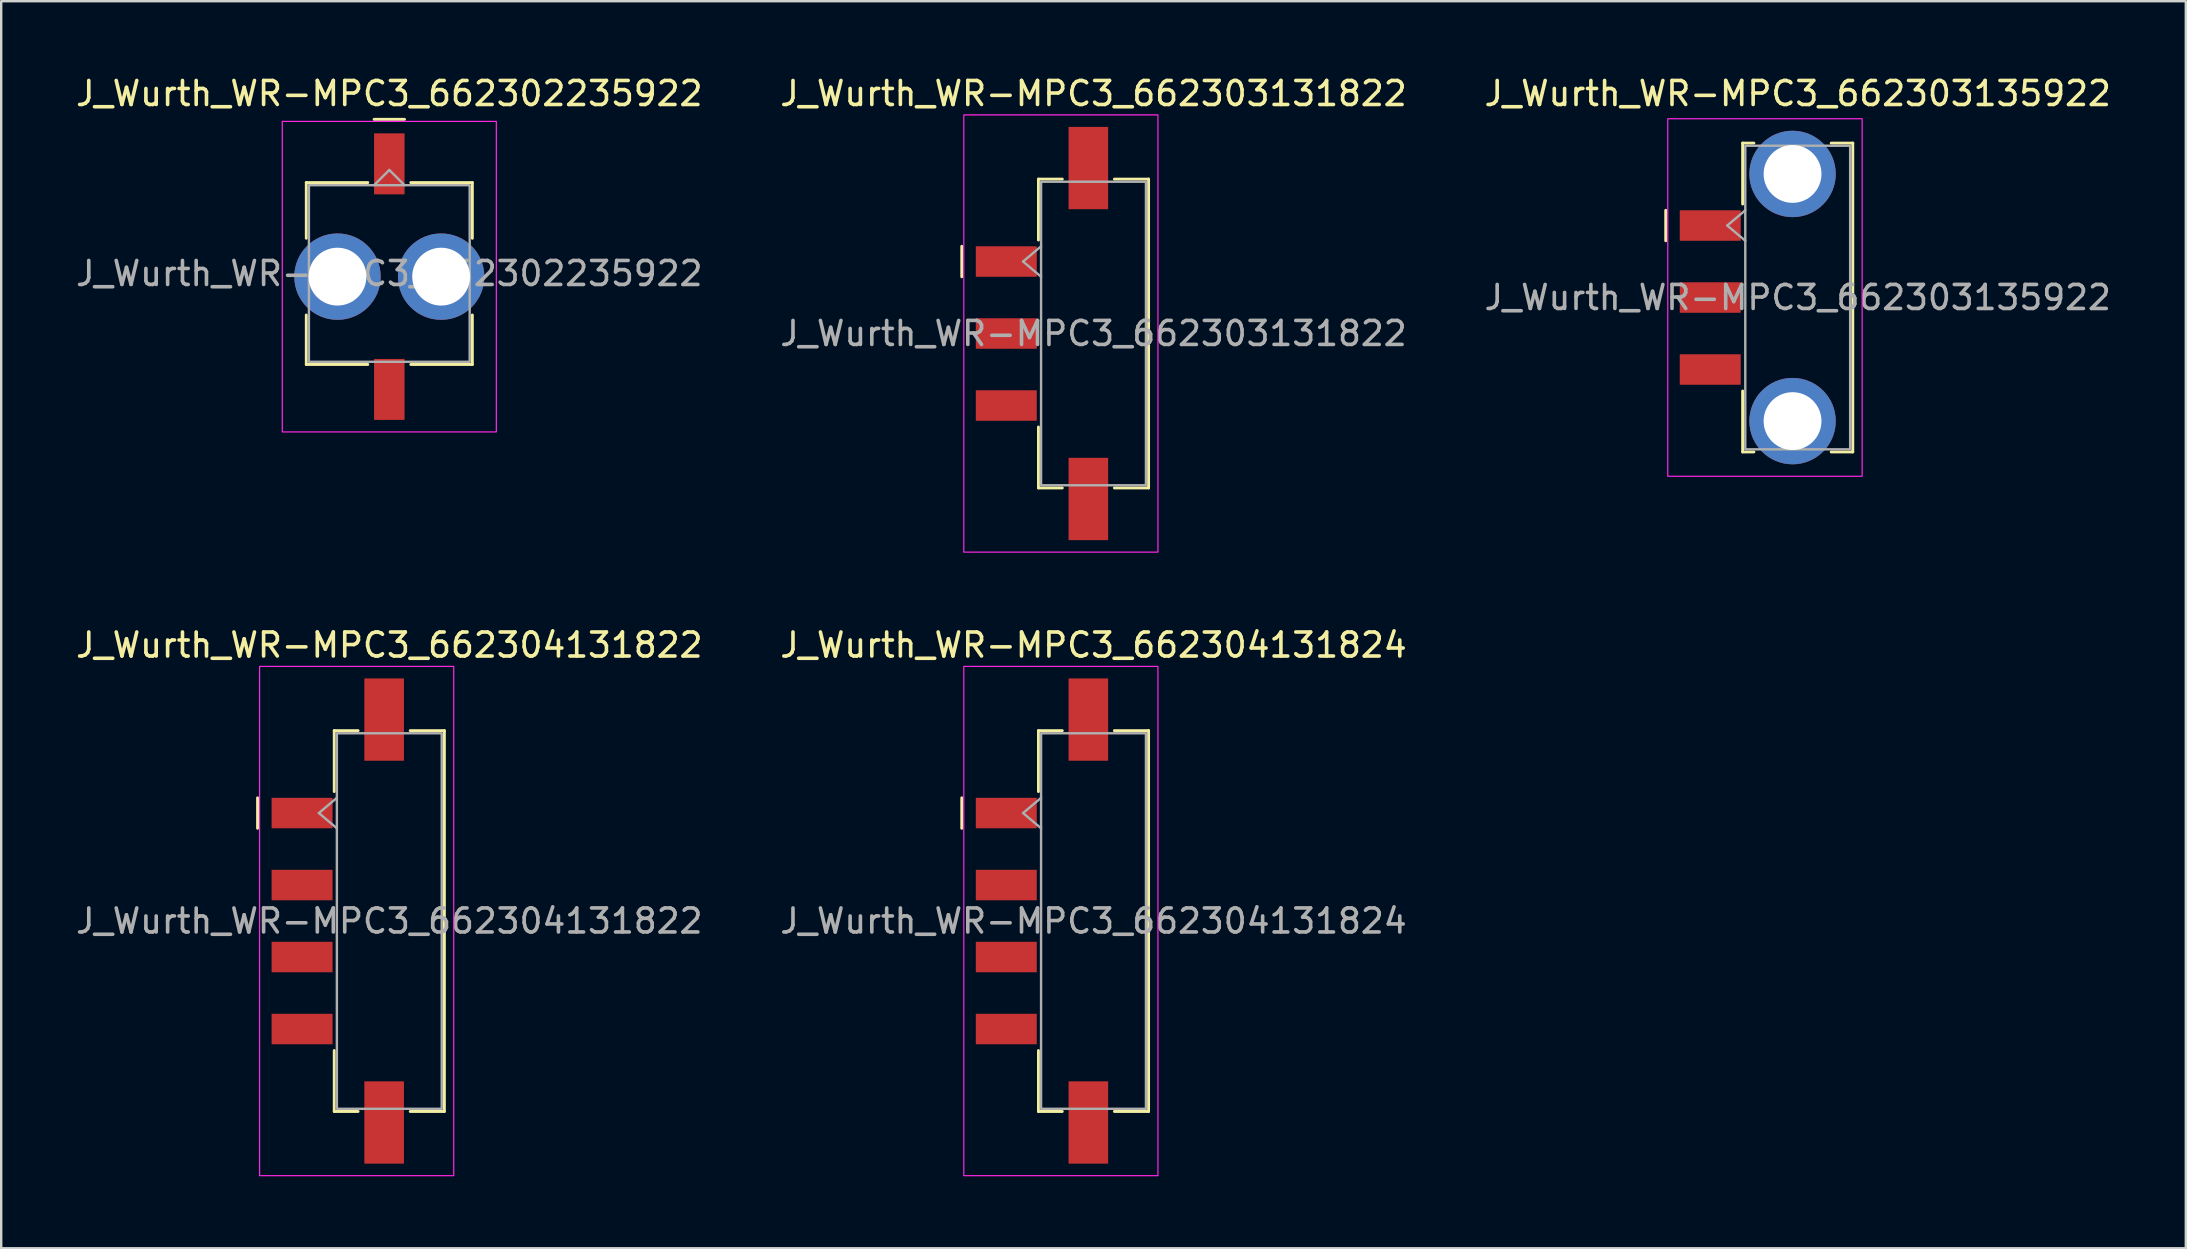
<source format=kicad_pcb>
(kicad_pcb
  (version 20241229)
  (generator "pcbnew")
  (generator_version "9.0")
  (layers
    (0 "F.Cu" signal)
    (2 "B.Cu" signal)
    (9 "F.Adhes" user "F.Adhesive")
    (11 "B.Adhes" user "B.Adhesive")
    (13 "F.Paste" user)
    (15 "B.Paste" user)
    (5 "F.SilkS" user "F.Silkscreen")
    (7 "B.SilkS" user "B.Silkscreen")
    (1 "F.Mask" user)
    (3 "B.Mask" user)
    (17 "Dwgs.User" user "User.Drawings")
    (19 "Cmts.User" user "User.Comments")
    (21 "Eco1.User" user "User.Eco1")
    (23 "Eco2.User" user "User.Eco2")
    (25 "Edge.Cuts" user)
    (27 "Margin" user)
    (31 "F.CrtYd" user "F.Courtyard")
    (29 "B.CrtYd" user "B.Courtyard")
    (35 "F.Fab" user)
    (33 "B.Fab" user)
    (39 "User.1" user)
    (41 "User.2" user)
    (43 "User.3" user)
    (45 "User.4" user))
  (footprint "J_Wurth_WR-MPC3_662303131822"
    (layer "F.Cu")
    (at 42.518 10.848)
    (property "Reference" "J_Wurth_WR-MPC3_662303131822" (at 0 -10 0) (unlocked yes) (layer "F.SilkS") (effects (font (size 1 1) (thickness 0.15))))
    (attr smd)
    (fp_line (start -5.49 -2.365) (end -5.49 -3.635) (stroke (width 0.12) (type solid)) (layer "F.SilkS"))
    (fp_line (start -2.295 -6.435) (end -2.295 -3.895) (stroke (width 0.12) (type solid)) (layer "F.SilkS"))
    (fp_line (start -2.295 -6.435) (end -1.3 -6.435) (stroke (width 0.12) (type solid)) (layer "F.SilkS"))
    (fp_line (start -2.295 6.435) (end -2.295 3.895) (stroke (width 0.12) (type default)) (layer "F.SilkS"))
    (fp_line (start -2.295 6.435) (end -1.3 6.435) (stroke (width 0.12) (type solid)) (layer "F.SilkS"))
    (fp_line (start 2.295 -6.435) (end 0.87 -6.435) (stroke (width 0.12) (type default)) (layer "F.SilkS"))
    (fp_line (start 2.295 -6.435) (end 2.295 6.435) (stroke (width 0.12) (type default)) (layer "F.SilkS"))
    (fp_line (start 2.295 6.435) (end 0.87 6.435) (stroke (width 0.12) (type default)) (layer "F.SilkS"))
    (fp_rect (start -5.405 -9.11) (end 2.685 9.11) (stroke (width 0.05) (type solid)) (fill no) (layer "F.CrtYd"))
    (fp_line (start -2.935 -3) (end -2.185 -3.635) (stroke (width 0.1) (type solid)) (layer "F.Fab"))
    (fp_line (start -2.935 -3) (end -2.185 -2.365) (stroke (width 0.1) (type solid)) (layer "F.Fab"))
    (fp_rect (start -2.185 -6.325) (end 2.185 6.325) (stroke (width 0.1) (type solid)) (fill no) (layer "F.Fab"))
    (fp_text user "${REFERENCE}" (at 0 0 0) (unlocked yes) (layer "F.Fab") (effects (font (size 1 1) (thickness 0.15))))
    (pad "1" smd rect (at -3.635 -3 90) (size 1.27 2.54) (layers "F.Cu" "F.Mask" "F.Paste"))
    (pad "2" smd rect (at -3.635 0 90) (size 1.27 2.54) (layers "F.Cu" "F.Mask" "F.Paste"))
    (pad "3" smd rect (at -3.635 3 90) (size 1.27 2.54) (layers "F.Cu" "F.Mask" "F.Paste"))
    (pad "MP1" smd rect (at -0.215 6.895 90) (size 3.43 1.65) (layers "F.Cu" "F.Mask" "F.Paste"))
    (pad "MP2" smd rect (at -0.215 -6.895 90) (size 3.43 1.65) (layers "F.Cu" "F.Mask" "F.Paste")))
  (footprint "J_Wurth_WR-MPC3_662304131822"
    (layer "F.Cu")
    (at 13.173 35.331)
    (property "Reference" "J_Wurth_WR-MPC3_662304131822" (at 0 -11.5 0) (unlocked yes) (layer "F.SilkS") (effects (font (size 1 1) (thickness 0.15))))
    (attr smd)
    (fp_line (start -5.49 -3.865) (end -5.49 -5.135) (stroke (width 0.12) (type solid)) (layer "F.SilkS"))
    (fp_line (start -2.295 -7.935) (end -2.295 -5.395) (stroke (width 0.12) (type solid)) (layer "F.SilkS"))
    (fp_line (start -2.295 -7.935) (end -1.3 -7.935) (stroke (width 0.12) (type solid)) (layer "F.SilkS"))
    (fp_line (start -2.295 7.935) (end -2.295 5.395) (stroke (width 0.12) (type default)) (layer "F.SilkS"))
    (fp_line (start -2.295 7.935) (end -1.3 7.935) (stroke (width 0.12) (type solid)) (layer "F.SilkS"))
    (fp_line (start 2.295 -7.935) (end 0.87 -7.935) (stroke (width 0.12) (type default)) (layer "F.SilkS"))
    (fp_line (start 2.295 -7.935) (end 2.295 7.935) (stroke (width 0.12) (type default)) (layer "F.SilkS"))
    (fp_line (start 2.295 7.935) (end 0.87 7.935) (stroke (width 0.12) (type default)) (layer "F.SilkS"))
    (fp_rect (start -5.405 -10.61) (end 2.685 10.61) (stroke (width 0.05) (type solid)) (fill no) (layer "F.CrtYd"))
    (fp_line (start -2.935 -4.5) (end -2.185 -5.135) (stroke (width 0.1) (type solid)) (layer "F.Fab"))
    (fp_line (start -2.935 -4.5) (end -2.185 -3.865) (stroke (width 0.1) (type solid)) (layer "F.Fab"))
    (fp_rect (start -2.185 -7.825) (end 2.185 7.825) (stroke (width 0.1) (type solid)) (fill no) (layer "F.Fab"))
    (fp_text user "${REFERENCE}" (at 0 0 0) (unlocked yes) (layer "F.Fab") (effects (font (size 1 1) (thickness 0.15))))
    (pad "1" smd rect (at -3.635 -4.5 90) (size 1.27 2.54) (layers "F.Cu" "F.Mask" "F.Paste"))
    (pad "2" smd rect (at -3.635 -1.5 90) (size 1.27 2.54) (layers "F.Cu" "F.Mask" "F.Paste"))
    (pad "3" smd rect (at -3.635 1.5 90) (size 1.27 2.54) (layers "F.Cu" "F.Mask" "F.Paste"))
    (pad "4" smd rect (at -3.635 4.5 90) (size 1.27 2.54) (layers "F.Cu" "F.Mask" "F.Paste"))
    (pad "MP1" smd rect (at -0.215 8.395 90) (size 3.43 1.65) (layers "F.Cu" "F.Mask" "F.Paste"))
    (pad "MP2" smd rect (at -0.215 -8.395 90) (size 3.43 1.65) (layers "F.Cu" "F.Mask" "F.Paste")))
  (footprint "J_Wurth_WR-MPC3_662302235922"
    (layer "F.Cu")
    (at 13.173 8.348)
    (property "Reference" "J_Wurth_WR-MPC3_662302235922" (at 0 -7.5 0) (unlocked yes) (layer "F.SilkS") (effects (font (size 1 1) (thickness 0.15))))
    (attr smd)
    (fp_line (start -3.46 -3.79) (end -3.46 -1.468) (stroke (width 0.12) (type default)) (layer "F.SilkS"))
    (fp_line (start -3.46 1.728) (end -3.46 3.79) (stroke (width 0.12) (type default)) (layer "F.SilkS"))
    (fp_line (start -0.895 -3.79) (end -3.46 -3.79) (stroke (width 0.12) (type solid)) (layer "F.SilkS"))
    (fp_line (start -0.895 3.79) (end -3.46 3.79) (stroke (width 0.12) (type solid)) (layer "F.SilkS"))
    (fp_line (start -0.635 -6.425) (end 0.635 -6.425) (stroke (width 0.12) (type solid)) (layer "F.SilkS"))
    (fp_line (start 3.46 -3.79) (end 0.895 -3.79) (stroke (width 0.12) (type solid)) (layer "F.SilkS"))
    (fp_line (start 3.46 -3.79) (end 3.46 -1.468) (stroke (width 0.12) (type default)) (layer "F.SilkS"))
    (fp_line (start 3.46 1.728) (end 3.46 3.79) (stroke (width 0.12) (type default)) (layer "F.SilkS"))
    (fp_line (start 3.46 3.79) (end 0.895 3.79) (stroke (width 0.12) (type solid)) (layer "F.SilkS"))
    (fp_rect (start -4.46 -6.34) (end 4.46 6.6) (stroke (width 0.05) (type solid)) (fill no) (layer "F.CrtYd"))
    (fp_line (start 0 -4.315) (end -0.635 -3.68) (stroke (width 0.1) (type default)) (layer "F.Fab"))
    (fp_line (start 0.635 -3.68) (end 0 -4.315) (stroke (width 0.1) (type default)) (layer "F.Fab"))
    (fp_rect (start -3.35 -3.68) (end 3.35 3.68) (stroke (width 0.1) (type solid)) (fill no) (layer "F.Fab"))
    (fp_text user "${REFERENCE}" (at 0 0 0) (unlocked yes) (layer "F.Fab") (effects (font (size 1 1) (thickness 0.15))))
    (pad "1" smd rect (at 0 -4.57 180) (size 1.27 2.54) (layers "F.Cu" "F.Mask" "F.Paste"))
    (pad "2" smd rect (at 0 4.83 180) (size 1.27 2.54) (layers "F.Cu" "F.Mask" "F.Paste"))
    (pad "MH1" thru_hole circle (at 2.16 0.13 180) (size 3.6 3.6) (drill 2.41) (layers "*.Cu" "*.Mask"))
    (pad "MH2" thru_hole circle (at -2.16 0.13 180) (size 3.6 3.6) (drill 2.41) (layers "*.Cu" "*.Mask")))
  (footprint "J_Wurth_WR-MPC3_662303135922"
    (layer "F.Cu")
    (at 71.863 9.348)
    (property "Reference" "J_Wurth_WR-MPC3_662303135922" (at 0 -8.5 0) (unlocked yes) (layer "F.SilkS") (effects (font (size 1 1) (thickness 0.15))))
    (attr smd)
    (fp_line (start -5.5 -2.365) (end -5.5 -3.635) (stroke (width 0.12) (type solid)) (layer "F.SilkS"))
    (fp_line (start -2.295 -6.435) (end -1.825 -6.435) (stroke (width 0.12) (type default)) (layer "F.SilkS"))
    (fp_line (start -2.295 -3.895) (end -2.295 -6.435) (stroke (width 0.12) (type default)) (layer "F.SilkS"))
    (fp_line (start -2.295 6.435) (end -2.295 3.895) (stroke (width 0.12) (type default)) (layer "F.SilkS"))
    (fp_line (start -2.295 6.435) (end -1.825 6.435) (stroke (width 0.12) (type default)) (layer "F.SilkS"))
    (fp_line (start 2.295 -6.435) (end 1.395 -6.435) (stroke (width 0.12) (type default)) (layer "F.SilkS"))
    (fp_line (start 2.295 -6.435) (end 2.295 6.435) (stroke (width 0.12) (type default)) (layer "F.SilkS"))
    (fp_line (start 2.295 6.435) (end 1.395 6.435) (stroke (width 0.12) (type default)) (layer "F.SilkS"))
    (fp_rect (start -5.415 -7.45) (end 2.685 7.45) (stroke (width 0.05) (type solid)) (fill no) (layer "F.CrtYd"))
    (fp_line (start -2.935 -3) (end -2.185 -3.635) (stroke (width 0.1) (type solid)) (layer "F.Fab"))
    (fp_line (start -2.935 -3) (end -2.185 -2.365) (stroke (width 0.1) (type solid)) (layer "F.Fab"))
    (fp_rect (start -2.185 -6.325) (end 2.185 6.325) (stroke (width 0.1) (type solid)) (fill no) (layer "F.Fab"))
    (fp_text user "${REFERENCE}" (at 0 0 0) (unlocked yes) (layer "F.Fab") (effects (font (size 1 1) (thickness 0.15))))
    (pad "1" smd rect (at -3.645 -3 90) (size 1.27 2.54) (layers "F.Cu" "F.Mask" "F.Paste"))
    (pad "2" smd rect (at -3.645 0 90) (size 1.27 2.54) (layers "F.Cu" "F.Mask" "F.Paste"))
    (pad "3" smd rect (at -3.645 3 90) (size 1.27 2.54) (layers "F.Cu" "F.Mask" "F.Paste"))
    (pad "MH1" thru_hole circle (at -0.215 5.15 90) (size 3.6 3.6) (drill 2.41) (layers "*.Cu" "*.Mask"))
    (pad "MH2" thru_hole circle (at -0.215 -5.15 90) (size 3.6 3.6) (drill 2.41) (layers "*.Cu" "*.Mask")))
  (footprint "J_Wurth_WR-MPC3_662304131824"
    (layer "F.Cu")
    (at 42.518 35.331)
    (property "Reference" "J_Wurth_WR-MPC3_662304131824" (at 0 -11.5 0) (unlocked yes) (layer "F.SilkS") (effects (font (size 1 1) (thickness 0.15))))
    (attr smd)
    (fp_line (start -5.49 -3.865) (end -5.49 -5.135) (stroke (width 0.12) (type solid)) (layer "F.SilkS"))
    (fp_line (start -2.295 -7.935) (end -2.295 -5.395) (stroke (width 0.12) (type solid)) (layer "F.SilkS"))
    (fp_line (start -2.295 -7.935) (end -1.3 -7.935) (stroke (width 0.12) (type solid)) (layer "F.SilkS"))
    (fp_line (start -2.295 7.935) (end -2.295 5.395) (stroke (width 0.12) (type default)) (layer "F.SilkS"))
    (fp_line (start -2.295 7.935) (end -1.3 7.935) (stroke (width 0.12) (type solid)) (layer "F.SilkS"))
    (fp_line (start 2.295 -7.935) (end 0.87 -7.935) (stroke (width 0.12) (type default)) (layer "F.SilkS"))
    (fp_line (start 2.295 -7.935) (end 2.295 7.935) (stroke (width 0.12) (type default)) (layer "F.SilkS"))
    (fp_line (start 2.295 7.935) (end 0.87 7.935) (stroke (width 0.12) (type default)) (layer "F.SilkS"))
    (fp_rect (start -5.405 -10.61) (end 2.685 10.61) (stroke (width 0.05) (type solid)) (fill no) (layer "F.CrtYd"))
    (fp_line (start -2.935 -4.5) (end -2.185 -5.135) (stroke (width 0.1) (type solid)) (layer "F.Fab"))
    (fp_line (start -2.935 -4.5) (end -2.185 -3.865) (stroke (width 0.1) (type solid)) (layer "F.Fab"))
    (fp_rect (start -2.185 -7.825) (end 2.185 7.825) (stroke (width 0.1) (type solid)) (fill no) (layer "F.Fab"))
    (fp_text user "${REFERENCE}" (at 0 0 0) (unlocked yes) (layer "F.Fab") (effects (font (size 1 1) (thickness 0.15))))
    (pad "1" smd rect (at -3.635 -4.5 90) (size 1.27 2.54) (layers "F.Cu" "F.Mask" "F.Paste"))
    (pad "2" smd rect (at -3.635 -1.5 90) (size 1.27 2.54) (layers "F.Cu" "F.Mask" "F.Paste"))
    (pad "3" smd rect (at -3.635 1.5 90) (size 1.27 2.54) (layers "F.Cu" "F.Mask" "F.Paste"))
    (pad "4" smd rect (at -3.635 4.5 90) (size 1.27 2.54) (layers "F.Cu" "F.Mask" "F.Paste"))
    (pad "MP1" smd rect (at -0.215 8.395 90) (size 3.43 1.65) (layers "F.Cu" "F.Mask" "F.Paste"))
    (pad "MP2" smd rect (at -0.215 -8.395 90) (size 3.43 1.65) (layers "F.Cu" "F.Mask" "F.Paste")))
  (gr_rect
    (start -3 -3)
    (end 88.036 48.967)
    (stroke (width 0.1) (type default))
    (fill no)
    (layer "Edge.Cuts")))
</source>
